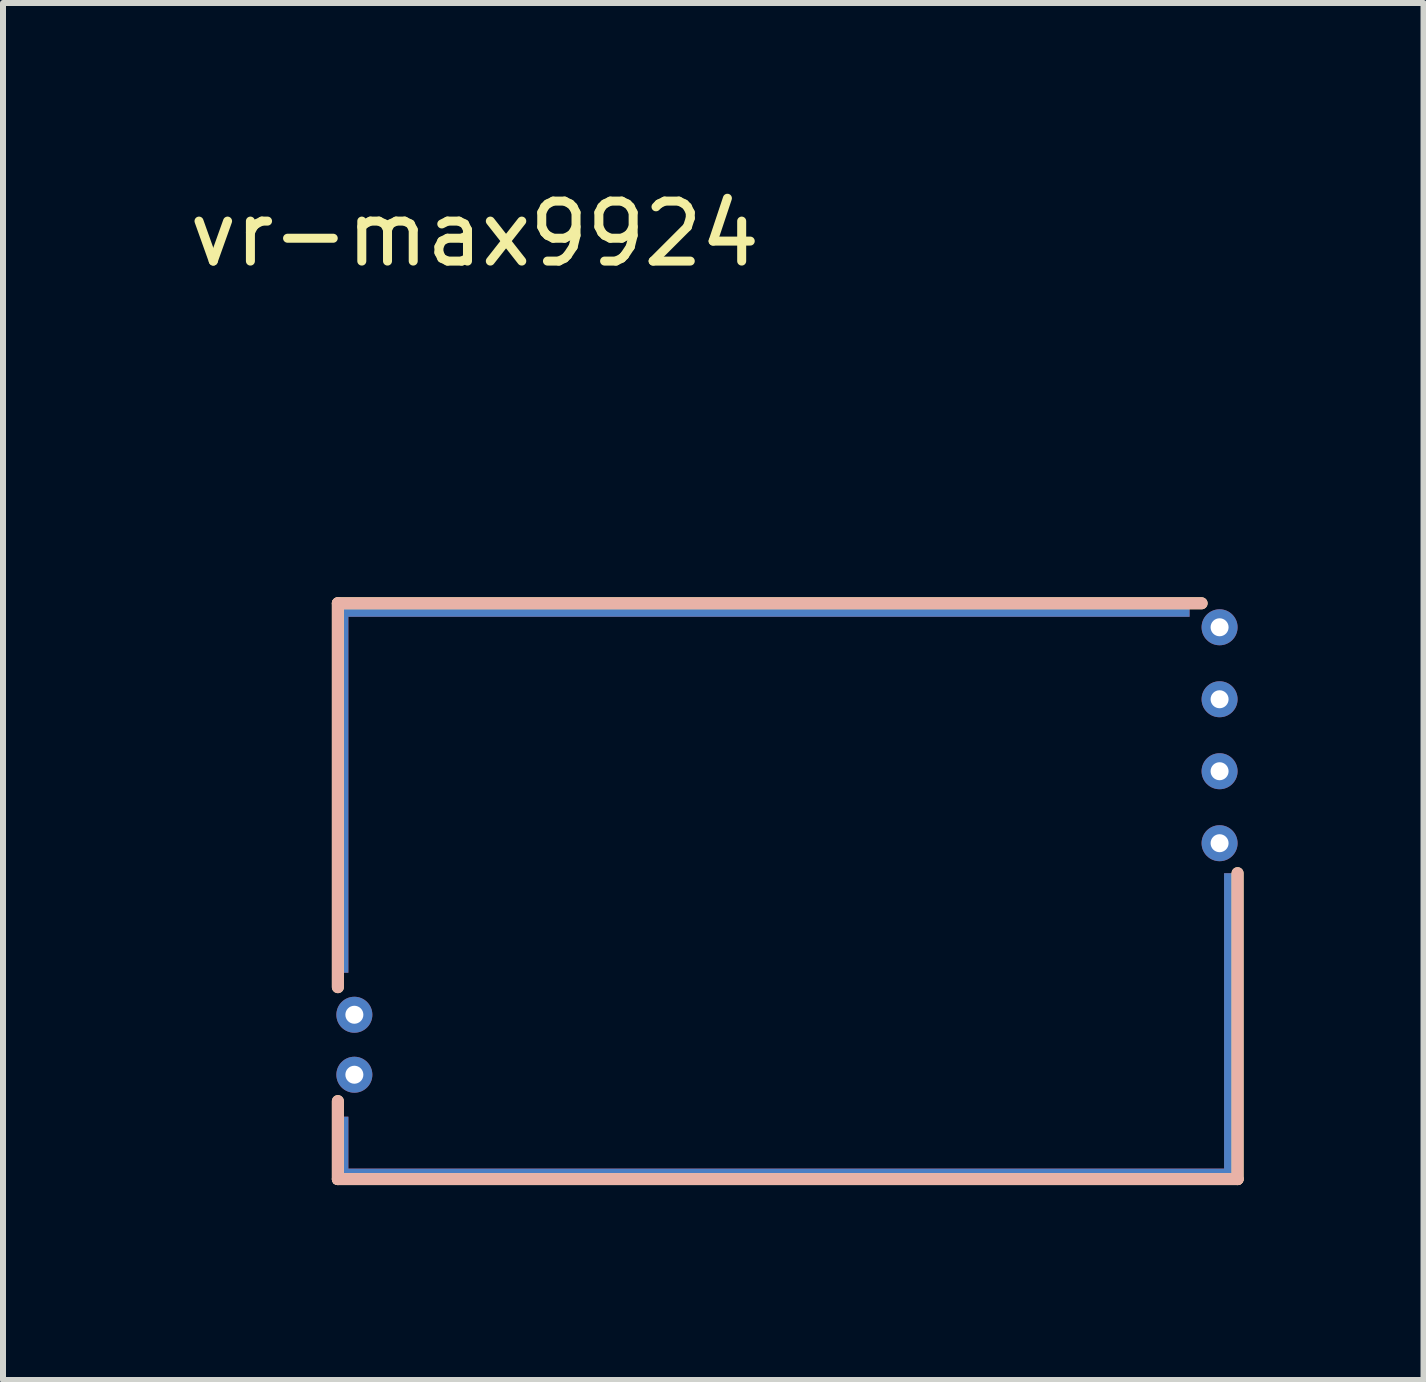
<source format=kicad_pcb>
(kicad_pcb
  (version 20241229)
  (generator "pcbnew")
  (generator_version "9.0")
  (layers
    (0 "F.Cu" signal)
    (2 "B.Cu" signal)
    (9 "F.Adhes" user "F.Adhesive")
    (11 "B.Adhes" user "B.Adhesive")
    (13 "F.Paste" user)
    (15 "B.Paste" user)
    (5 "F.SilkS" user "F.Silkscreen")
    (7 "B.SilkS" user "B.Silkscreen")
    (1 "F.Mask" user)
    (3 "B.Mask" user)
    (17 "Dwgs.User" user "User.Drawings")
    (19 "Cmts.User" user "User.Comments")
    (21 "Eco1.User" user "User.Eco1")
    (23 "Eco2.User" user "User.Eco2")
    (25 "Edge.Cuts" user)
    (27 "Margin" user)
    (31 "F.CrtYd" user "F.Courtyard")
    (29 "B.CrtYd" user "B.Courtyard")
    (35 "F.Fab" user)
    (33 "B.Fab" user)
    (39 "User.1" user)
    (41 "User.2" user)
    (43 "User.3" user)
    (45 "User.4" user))
  (footprint "vr-max9924"
    (layer "F.Cu")
    (at 2.483 16.708)
    (property "Reference" "vr-max9924" (at 2.38 -15.86 0) (unlocked yes) (layer "F.SilkS") (effects (font (size 1 1) (thickness 0.15))))
    (fp_line (start 0.1 -9.7) (end 0.1 -3.3) (stroke (width 0.2) (type solid)) (layer "F.SilkS"))
    (fp_line (start 0.1 -0.1) (end 0.1 -1.4) (stroke (width 0.2) (type solid)) (layer "F.SilkS"))
    (fp_line (start 0.1 -0.1) (end 15.1 -0.1) (stroke (width 0.2) (type solid)) (layer "F.SilkS"))
    (fp_line (start 14.5 -9.7) (end 0.1 -9.7) (stroke (width 0.2) (type solid)) (layer "F.SilkS"))
    (fp_line (start 15.1 -0.1) (end 15.1 -5.2) (stroke (width 0.2) (type solid)) (layer "F.SilkS"))
    (fp_line (start 0.1 -9.7) (end 0.1 -3.3) (stroke (width 0.2) (type solid)) (layer "B.SilkS"))
    (fp_line (start 0.1 -0.1) (end 0.1 -1.4) (stroke (width 0.2) (type solid)) (layer "B.SilkS"))
    (fp_line (start 0.1 -0.1) (end 15.1 -0.1) (stroke (width 0.2) (type solid)) (layer "B.SilkS"))
    (fp_line (start 14.5 -9.7) (end 0.1 -9.7) (stroke (width 0.2) (type solid)) (layer "B.SilkS"))
    (fp_line (start 15.1 -0.1) (end 15.1 -5.2) (stroke (width 0.2) (type solid)) (layer "B.SilkS"))
    (pad "E1" thru_hole circle (at 14.8 -6.9 180) (size 0.6 0.6) (drill 0.3) (layers "*.Cu" "*.Mask"))
    (pad "E2" thru_hole circle (at 14.8 -5.7 180) (size 0.6 0.6) (drill 0.3) (layers "*.Cu" "*.Mask"))
    (pad "E3" thru_hole circle (at 14.8 -8.1 180) (size 0.6 0.6) (drill 0.3) (layers "*.Cu" "*.Mask"))
    (pad "E4" thru_hole circle (at 14.8 -9.3 180) (size 0.6 0.6) (drill 0.3) (layers "*.Cu" "*.Mask"))
    (pad "G" smd rect (at 0.15 -6.633) (size 0.25 6.185) (layers "F.Cu"))
    (pad "G" smd rect (at 0.15 -6.633) (size 0.25 6.185) (layers "B.Cu"))
    (pad "G" smd rect (at 0.15 -6.633) (size 0.25 6.185) (layers "In1.Cu"))
    (pad "G" smd rect (at 0.15 -6.633) (size 0.25 6.185) (layers "In2.Cu"))
    (pad "G" smd rect (at 0.15 -0.583) (size 0.25 1.115) (layers "F.Cu"))
    (pad "G" smd rect (at 0.15 -0.583) (size 0.25 1.115) (layers "B.Cu"))
    (pad "G" smd rect (at 0.15 -0.583) (size 0.25 1.115) (layers "In1.Cu"))
    (pad "G" smd rect (at 0.15 -0.583) (size 0.25 1.115) (layers "In2.Cu"))
    (pad "G" smd rect (at 7.162 -9.6 90) (size 0.25 14.275) (layers "F.Cu"))
    (pad "G" smd rect (at 7.162 -9.6 90) (size 0.25 14.275) (layers "B.Cu"))
    (pad "G" smd rect (at 7.162 -9.6 90) (size 0.25 14.275) (layers "In1.Cu"))
    (pad "G" smd rect (at 7.162 -9.6 90) (size 0.25 14.275) (layers "In2.Cu"))
    (pad "G" smd rect (at 7.575 -0.15 90) (size 0.25 15.1) (layers "F.Cu"))
    (pad "G" smd rect (at 7.575 -0.15 90) (size 0.25 15.1) (layers "B.Cu"))
    (pad "G" smd rect (at 7.575 -0.15 90) (size 0.25 15.1) (layers "In1.Cu"))
    (pad "G" smd rect (at 7.575 -0.15 90) (size 0.25 15.1) (layers "In2.Cu"))
    (pad "G" smd rect (at 15 -2.612) (size 0.25 5.175) (layers "F.Cu"))
    (pad "G" smd rect (at 15 -2.612) (size 0.25 5.175) (layers "B.Cu"))
    (pad "G" smd rect (at 15 -2.612) (size 0.25 5.175) (layers "In1.Cu"))
    (pad "G" smd rect (at 15 -2.612) (size 0.25 5.175) (layers "In2.Cu"))
    (pad "W1" thru_hole circle (at 0.375 -2.84 180) (size 0.6 0.6) (drill 0.3) (layers "*.Cu" "*.Mask"))
    (pad "W2" thru_hole circle (at 0.375 -1.84 180) (size 0.6 0.6) (drill 0.3) (layers "*.Cu" "*.Mask"))
    (zone (net_name "") (layers "F.Cu" "B.Cu") (hatch edge 0.508) (connect_pads) (min_thickness 0.254) (filled_areas_thickness no) (keepout (tracks allowed) (vias allowed) (pads allowed) (copperpour not_allowed) (footprints allowed)) (placement (enabled no)) (fill) (polygon (pts (xy 17.483 16.508) (xy 2.583 16.508) (xy 2.583 7.108) (xy 17.483 7.108)))))
  (gr_rect
    (start -3 -3)
    (end 20.683 19.958)
    (stroke (width 0.1) (type default))
    (fill no)
    (layer "Edge.Cuts")))
</source>
